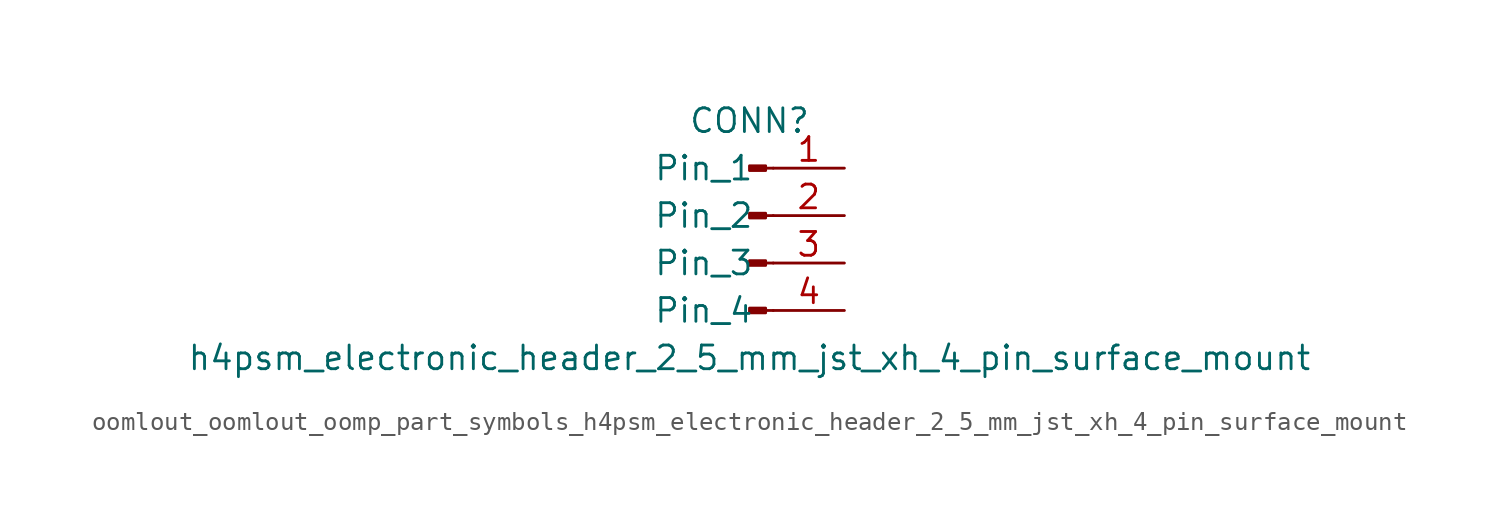
<source format=kicad_sym>
(kicad_symbol_lib
  (version 20220914)
  (generator kicad_symbol_editor)
  (symbol "oomlout_oomlout_oomp_part_symbols_h4psm_electronic_header_2_5_mm_jst_xh_4_pin_surface_mount"
    (pin_names
      (offset 1.016))
    (property "Reference" "CONN"
      (at 0 5.08 0)
      (effects (font (size 1.27 1.27))))
    (property "Value" "h4psm_electronic_header_2_5_mm_jst_xh_4_pin_surface_mount"
      (at 0 -7.62 0)
      (effects (font (size 1.27 1.27))))
    (property "ki_locked" ""
      (at 0 0 0)
      (effects (font (size 1.27 1.27))))
    (symbol "oomlout_oomlout_oomp_part_symbols_h4psm_electronic_header_2_5_mm_jst_xh_4_pin_surface_mount_1_1"
      (polyline (pts (xy 1.27 -5.08) (xy 0.864 -5.08)) (stroke (width 0.152) (type default)) (fill (type none)))
      (polyline (pts (xy 1.27 -2.54) (xy 0.864 -2.54)) (stroke (width 0.152) (type default)) (fill (type none)))
      (polyline (pts (xy 1.27 0) (xy 0.864 0)) (stroke (width 0.152) (type default)) (fill (type none)))
      (polyline (pts (xy 1.27 2.54) (xy 0.864 2.54)) (stroke (width 0.152) (type default)) (fill (type none)))
      (rectangle (start 0.864 -4.953) (end 0 -5.207) (stroke (width 0.152) (type default)) (fill (type outline)))
      (rectangle (start 0.864 -2.413) (end 0 -2.667) (stroke (width 0.152) (type default)) (fill (type outline)))
      (rectangle (start 0.864 0.127) (end 0 -0.127) (stroke (width 0.152) (type default)) (fill (type outline)))
      (rectangle (start 0.864 2.667) (end 0 2.413) (stroke (width 0.152) (type default)) (fill (type outline)))
      (pin passive line (at 5.08 2.54 180) (length 3.81) (name "Pin_1" (effects (font (size 1.27 1.27)))) (number "1" (effects (font (size 1.27 1.27)))))
      (pin passive line (at 5.08 0 180) (length 3.81) (name "Pin_2" (effects (font (size 1.27 1.27)))) (number "2" (effects (font (size 1.27 1.27)))))
      (pin passive line (at 5.08 -2.54 180) (length 3.81) (name "Pin_3" (effects (font (size 1.27 1.27)))) (number "3" (effects (font (size 1.27 1.27)))))
      (pin passive line (at 5.08 -5.08 180) (length 3.81) (name "Pin_4" (effects (font (size 1.27 1.27)))) (number "4" (effects (font (size 1.27 1.27))))))))
</source>
